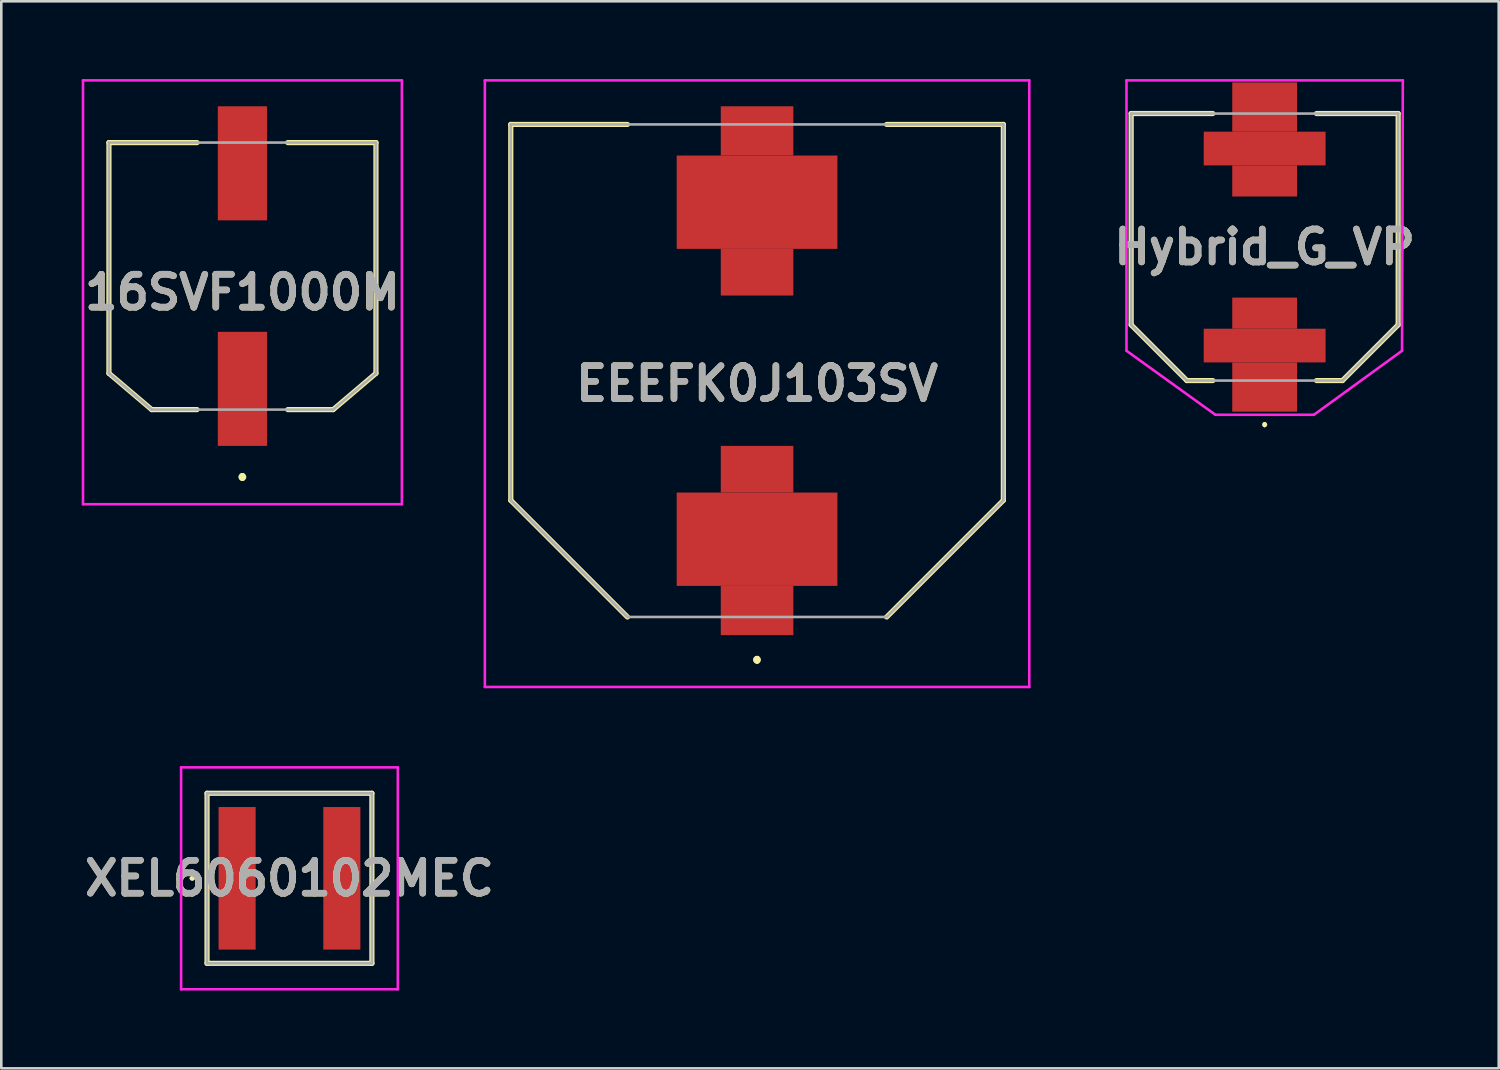
<source format=kicad_pcb>
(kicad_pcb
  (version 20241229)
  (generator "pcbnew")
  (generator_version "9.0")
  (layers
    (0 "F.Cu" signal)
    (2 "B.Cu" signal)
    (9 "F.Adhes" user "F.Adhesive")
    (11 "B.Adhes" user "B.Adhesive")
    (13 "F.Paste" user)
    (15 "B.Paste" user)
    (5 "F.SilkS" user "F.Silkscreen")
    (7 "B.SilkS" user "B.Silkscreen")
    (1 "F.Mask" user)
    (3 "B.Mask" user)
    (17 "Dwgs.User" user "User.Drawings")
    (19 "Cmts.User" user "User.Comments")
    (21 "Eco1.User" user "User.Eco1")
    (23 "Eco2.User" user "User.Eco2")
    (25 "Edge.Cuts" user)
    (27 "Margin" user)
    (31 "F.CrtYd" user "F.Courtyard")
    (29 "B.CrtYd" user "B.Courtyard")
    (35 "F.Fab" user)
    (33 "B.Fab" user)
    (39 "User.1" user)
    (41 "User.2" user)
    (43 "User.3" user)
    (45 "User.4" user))
  (footprint "16SVF1000M"
    (layer "F.Cu")
    (at 6.302 7.6)
    (property "Reference" "16SVF1000M" (at 0 0.625 0) (layer "F.SilkS") (effects (font (size 1.27 1.27) (thickness 0.254))))
    (attr smd)
    (fp_line (start -5.15 -5.15) (end -1.75 -5.15) (stroke (width 0.2) (type solid)) (layer "F.SilkS"))
    (fp_line (start -5.15 3.75) (end -5.15 -5.15) (stroke (width 0.2) (type solid)) (layer "F.SilkS"))
    (fp_line (start -3.5 5.15) (end -5.15 3.75) (stroke (width 0.2) (type solid)) (layer "F.SilkS"))
    (fp_line (start -1.75 5.15) (end -3.5 5.15) (stroke (width 0.2) (type solid)) (layer "F.SilkS"))
    (fp_line (start 0 7.7) (end 0 7.7) (stroke (width 0.2) (type solid)) (layer "F.SilkS"))
    (fp_line (start 0 7.7) (end 0 7.7) (stroke (width 0.2) (type solid)) (layer "F.SilkS"))
    (fp_line (start 0 7.8) (end 0 7.8) (stroke (width 0.2) (type solid)) (layer "F.SilkS"))
    (fp_line (start 1.75 -5.15) (end 5.15 -5.15) (stroke (width 0.2) (type solid)) (layer "F.SilkS"))
    (fp_line (start 3.5 5.15) (end 1.75 5.15) (stroke (width 0.2) (type solid)) (layer "F.SilkS"))
    (fp_line (start 5.15 -5.15) (end 5.15 3.75) (stroke (width 0.2) (type solid)) (layer "F.SilkS"))
    (fp_line (start 5.15 3.75) (end 3.5 5.15) (stroke (width 0.2) (type solid)) (layer "F.SilkS"))
    (fp_arc (start 0 7.7) (mid 0.05 7.75) (end 0 7.8) (stroke (width 0.2) (type solid)) (layer "F.SilkS"))
    (fp_arc (start 0 7.8) (mid -0.05 7.75) (end 0 7.7) (stroke (width 0.2) (type solid)) (layer "F.SilkS"))
    (fp_arc (start 0 7.8) (mid -0.05 7.75) (end 0 7.7) (stroke (width 0.2) (type solid)) (layer "F.SilkS"))
    (fp_line (start -6.15 -7.55) (end 6.15 -7.55) (stroke (width 0.1) (type solid)) (layer "F.CrtYd"))
    (fp_line (start -6.15 8.8) (end -6.15 -7.55) (stroke (width 0.1) (type solid)) (layer "F.CrtYd"))
    (fp_line (start 6.15 -7.55) (end 6.15 8.8) (stroke (width 0.1) (type solid)) (layer "F.CrtYd"))
    (fp_line (start 6.15 8.8) (end -6.15 8.8) (stroke (width 0.1) (type solid)) (layer "F.CrtYd"))
    (fp_line (start -5.15 -5.15) (end -5.15 3.75) (stroke (width 0.1) (type solid)) (layer "F.Fab"))
    (fp_line (start -5.15 3.75) (end -3.5 5.15) (stroke (width 0.1) (type solid)) (layer "F.Fab"))
    (fp_line (start -5.15 3.75) (end -3.5 5.15) (stroke (width 0.1) (type solid)) (layer "F.Fab"))
    (fp_line (start -3.5 5.15) (end 3.5 5.15) (stroke (width 0.1) (type solid)) (layer "F.Fab"))
    (fp_line (start 3.5 5.15) (end 5.15 3.75) (stroke (width 0.1) (type solid)) (layer "F.Fab"))
    (fp_line (start 5.15 -5.15) (end -5.15 -5.15) (stroke (width 0.1) (type solid)) (layer "F.Fab"))
    (fp_line (start 5.15 3.75) (end 5.15 -5.15) (stroke (width 0.1) (type solid)) (layer "F.Fab"))
    (fp_text user "${REFERENCE}" (at 0 0.625 0) (layer "F.Fab") (effects (font (size 1.27 1.27) (thickness 0.254))))
    (pad "1" smd rect (at 0 4.35) (size 1.9 4.4) (layers "F.Cu" "F.Mask" "F.Paste"))
    (pad "2" smd rect (at 0 -4.35) (size 1.9 4.4) (layers "F.Cu" "F.Mask" "F.Paste")))
  (footprint "Hybrid_G_VP"
    (layer "F.Cu")
    (at 45.733 6.48)
    (property "Reference" "Hybrid_G_VP" (at 0 0 0) (layer "F.SilkS") (effects (font (size 1.27 1.27) (thickness 0.254))))
    (attr smd)
    (fp_line (start -5.15 -5.15) (end -5.15 3) (stroke (width 0.2) (type solid)) (layer "F.SilkS"))
    (fp_line (start -5.15 3) (end -3 5.15) (stroke (width 0.2) (type solid)) (layer "F.SilkS"))
    (fp_line (start -3 5.15) (end -2 5.15) (stroke (width 0.2) (type solid)) (layer "F.SilkS"))
    (fp_line (start -2 -5.15) (end -5.15 -5.15) (stroke (width 0.2) (type solid)) (layer "F.SilkS"))
    (fp_line (start 0 6.8) (end 0 6.8) (stroke (width 0.1) (type solid)) (layer "F.SilkS"))
    (fp_line (start 0 6.9) (end 0 6.9) (stroke (width 0.1) (type solid)) (layer "F.SilkS"))
    (fp_line (start 2 -5.15) (end 5.15 -5.15) (stroke (width 0.2) (type solid)) (layer "F.SilkS"))
    (fp_line (start 3 5.15) (end 2 5.15) (stroke (width 0.2) (type solid)) (layer "F.SilkS"))
    (fp_line (start 5.15 -5.15) (end 5.15 3) (stroke (width 0.2) (type solid)) (layer "F.SilkS"))
    (fp_line (start 5.15 3) (end 3 5.15) (stroke (width 0.2) (type solid)) (layer "F.SilkS"))
    (fp_arc (start 0 6.8) (mid 0.05 6.85) (end 0 6.9) (stroke (width 0.1) (type solid)) (layer "F.SilkS"))
    (fp_arc (start 0 6.9) (mid -0.05 6.85) (end 0 6.8) (stroke (width 0.1) (type solid)) (layer "F.SilkS"))
    (fp_line (start -5.33 -6.43) (end 5.33 -6.43) (stroke (width 0.1) (type solid)) (layer "F.CrtYd"))
    (fp_line (start -5.33 4) (end -5.33 -6.43) (stroke (width 0.1) (type solid)) (layer "F.CrtYd"))
    (fp_line (start -1.9 6.47) (end -5.33 4) (stroke (width 0.1) (type solid)) (layer "F.CrtYd"))
    (fp_line (start 1.9 6.47) (end -1.9 6.47) (stroke (width 0.1) (type solid)) (layer "F.CrtYd"))
    (fp_line (start 5.3 4) (end 1.9 6.47) (stroke (width 0.1) (type solid)) (layer "F.CrtYd"))
    (fp_line (start 5.33 -6.43) (end 5.3 4) (stroke (width 0.1) (type solid)) (layer "F.CrtYd"))
    (fp_line (start -5.15 -5.15) (end 5.15 -5.15) (stroke (width 0.1) (type solid)) (layer "F.Fab"))
    (fp_line (start -5.15 3) (end -5.15 -5.15) (stroke (width 0.1) (type solid)) (layer "F.Fab"))
    (fp_line (start -3 5.15) (end -5.15 3) (stroke (width 0.1) (type solid)) (layer "F.Fab"))
    (fp_line (start 3 5.15) (end -3 5.15) (stroke (width 0.1) (type solid)) (layer "F.Fab"))
    (fp_line (start 5.15 -5.15) (end 5.15 3) (stroke (width 0.1) (type solid)) (layer "F.Fab"))
    (fp_line (start 5.15 3) (end 3 5.15) (stroke (width 0.1) (type solid)) (layer "F.Fab"))
    (fp_text user "${REFERENCE}" (at 0 0 0) (layer "F.Fab") (effects (font (size 1.27 1.27) (thickness 0.254))))
    (pad "1" smd rect (at 0 2.55 90) (size 1.2 2.5) (layers "F.Cu" "F.Mask" "F.Paste"))
    (pad "1" smd rect (at 0 3.8 90) (size 1.3 4.7) (layers "F.Cu" "F.Mask" "F.Paste"))
    (pad "1" smd rect (at 0 5.4 90) (size 1.9 2.5) (layers "F.Cu" "F.Mask" "F.Paste"))
    (pad "2" smd rect (at 0 -5.4 90) (size 1.9 2.5) (layers "F.Cu" "F.Mask" "F.Paste"))
    (pad "2" smd rect (at 0 -3.8 90) (size 1.3 4.7) (layers "F.Cu" "F.Mask" "F.Paste"))
    (pad "2" smd rect (at 0 -2.55 90) (size 1.2 2.5) (layers "F.Cu" "F.Mask" "F.Paste")))
  (footprint "EEEFK0J103SV"
    (layer "F.Cu")
    (at 26.153 11.25)
    (property "Reference" "EEEFK0J103SV" (at 0 0.5 0) (layer "F.SilkS") (effects (font (size 1.27 1.27) (thickness 0.254))))
    (attr smd)
    (fp_line (start -9.5 -9.5) (end -5 -9.5) (stroke (width 0.2) (type solid)) (layer "F.SilkS"))
    (fp_line (start -9.5 5) (end -9.5 -9.5) (stroke (width 0.2) (type solid)) (layer "F.SilkS"))
    (fp_line (start -5 9.5) (end -9.5 5) (stroke (width 0.2) (type solid)) (layer "F.SilkS"))
    (fp_line (start 0 11.1) (end 0 11.1) (stroke (width 0.2) (type solid)) (layer "F.SilkS"))
    (fp_line (start 0 11.1) (end 0 11.1) (stroke (width 0.2) (type solid)) (layer "F.SilkS"))
    (fp_line (start 0 11.2) (end 0 11.2) (stroke (width 0.2) (type solid)) (layer "F.SilkS"))
    (fp_line (start 5 -9.5) (end 9.5 -9.5) (stroke (width 0.2) (type solid)) (layer "F.SilkS"))
    (fp_line (start 9.5 -9.5) (end 9.5 5) (stroke (width 0.2) (type solid)) (layer "F.SilkS"))
    (fp_line (start 9.5 5) (end 5 9.5) (stroke (width 0.2) (type solid)) (layer "F.SilkS"))
    (fp_arc (start 0 11.1) (mid 0.05 11.15) (end 0 11.2) (stroke (width 0.2) (type solid)) (layer "F.SilkS"))
    (fp_arc (start 0 11.2) (mid -0.05 11.15) (end 0 11.1) (stroke (width 0.2) (type solid)) (layer "F.SilkS"))
    (fp_arc (start 0 11.2) (mid -0.05 11.15) (end 0 11.1) (stroke (width 0.2) (type solid)) (layer "F.SilkS"))
    (fp_line (start -10.5 -11.2) (end 10.5 -11.2) (stroke (width 0.1) (type solid)) (layer "F.CrtYd"))
    (fp_line (start -10.5 12.2) (end -10.5 -11.2) (stroke (width 0.1) (type solid)) (layer "F.CrtYd"))
    (fp_line (start 10.5 -11.2) (end 10.5 12.2) (stroke (width 0.1) (type solid)) (layer "F.CrtYd"))
    (fp_line (start 10.5 12.2) (end -10.5 12.2) (stroke (width 0.1) (type solid)) (layer "F.CrtYd"))
    (fp_line (start -9.5 -9.5) (end 9.5 -9.5) (stroke (width 0.1) (type solid)) (layer "F.Fab"))
    (fp_line (start -9.5 5) (end -9.5 -9.5) (stroke (width 0.1) (type solid)) (layer "F.Fab"))
    (fp_line (start -5 9.5) (end -9.5 5) (stroke (width 0.1) (type solid)) (layer "F.Fab"))
    (fp_line (start -5 9.5) (end -9.5 5) (stroke (width 0.1) (type solid)) (layer "F.Fab"))
    (fp_line (start 5 9.5) (end -5 9.5) (stroke (width 0.1) (type solid)) (layer "F.Fab"))
    (fp_line (start 9.5 -9.5) (end 9.5 5) (stroke (width 0.1) (type solid)) (layer "F.Fab"))
    (fp_line (start 9.5 5) (end 5 9.5) (stroke (width 0.1) (type solid)) (layer "F.Fab"))
    (fp_text user "${REFERENCE}" (at 0 0.5 0) (layer "F.Fab") (effects (font (size 1.27 1.27) (thickness 0.254))))
    (pad "1" smd rect (at 0 6.5 90) (size 3.6 6.2) (layers "F.Cu" "F.Mask" "F.Paste"))
    (pad "2" smd rect (at 0 -6.5 90) (size 3.6 6.2) (layers "F.Cu" "F.Mask" "F.Paste"))
    (pad "3" smd rect (at 0 9.25 90) (size 1.9 2.8) (layers "F.Cu" "F.Mask" "F.Paste"))
    (pad "4" smd rect (at 0 3.8 90) (size 1.8 2.8) (layers "F.Cu" "F.Mask" "F.Paste"))
    (pad "5" smd rect (at 0 -3.8 90) (size 1.8 2.8) (layers "F.Cu" "F.Mask" "F.Paste"))
    (pad "6" smd rect (at 0 -9.25 90) (size 1.9 2.8) (layers "F.Cu" "F.Mask" "F.Paste")))
  (footprint "XEL6060102MEC"
    (layer "F.Cu")
    (at 8.116 30.83)
    (property "Reference" "XEL6060102MEC" (at 0 0 0) (layer "F.SilkS") (effects (font (size 1.27 1.27) (thickness 0.254))))
    (attr smd)
    (fp_line (start -3.8 0) (end -3.8 0) (stroke (width 0.1) (type solid)) (layer "F.SilkS"))
    (fp_line (start -3.7 0) (end -3.7 0) (stroke (width 0.1) (type solid)) (layer "F.SilkS"))
    (fp_line (start -3.18 -3.28) (end 3.18 -3.28) (stroke (width 0.2) (type solid)) (layer "F.SilkS"))
    (fp_line (start -3.18 3.28) (end -3.18 -3.28) (stroke (width 0.2) (type solid)) (layer "F.SilkS"))
    (fp_line (start 3.18 -3.28) (end 3.18 3.28) (stroke (width 0.2) (type solid)) (layer "F.SilkS"))
    (fp_line (start 3.18 3.28) (end -3.18 3.28) (stroke (width 0.2) (type solid)) (layer "F.SilkS"))
    (fp_arc (start -3.8 0) (mid -3.75 -0.05) (end -3.7 0) (stroke (width 0.1) (type solid)) (layer "F.SilkS"))
    (fp_arc (start -3.7 0) (mid -3.75 0.05) (end -3.8 0) (stroke (width 0.1) (type solid)) (layer "F.SilkS"))
    (fp_line (start -4.18 -4.28) (end 4.18 -4.28) (stroke (width 0.1) (type solid)) (layer "F.CrtYd"))
    (fp_line (start -4.18 4.28) (end -4.18 -4.28) (stroke (width 0.1) (type solid)) (layer "F.CrtYd"))
    (fp_line (start 4.18 -4.28) (end 4.18 4.28) (stroke (width 0.1) (type solid)) (layer "F.CrtYd"))
    (fp_line (start 4.18 4.28) (end -4.18 4.28) (stroke (width 0.1) (type solid)) (layer "F.CrtYd"))
    (fp_line (start -3.18 -3.28) (end -3.18 3.28) (stroke (width 0.1) (type solid)) (layer "F.Fab"))
    (fp_line (start -3.18 3.28) (end 3.18 3.28) (stroke (width 0.1) (type solid)) (layer "F.Fab"))
    (fp_line (start 3.18 -3.28) (end -3.18 -3.28) (stroke (width 0.1) (type solid)) (layer "F.Fab"))
    (fp_line (start 3.18 3.28) (end 3.18 -3.28) (stroke (width 0.1) (type solid)) (layer "F.Fab"))
    (fp_text user "${REFERENCE}" (at 0 0 0) (layer "F.Fab") (effects (font (size 1.27 1.27) (thickness 0.254))))
    (pad "1" smd rect (at -2.02 0) (size 1.43 5.5) (layers "F.Cu" "F.Mask" "F.Paste"))
    (pad "2" smd rect (at 2.02 0) (size 1.43 5.5) (layers "F.Cu" "F.Mask" "F.Paste")))
  (gr_rect
    (start -3 -3)
    (end 54.762 38.16)
    (stroke (width 0.1) (type default))
    (fill no)
    (layer "Edge.Cuts")))
</source>
